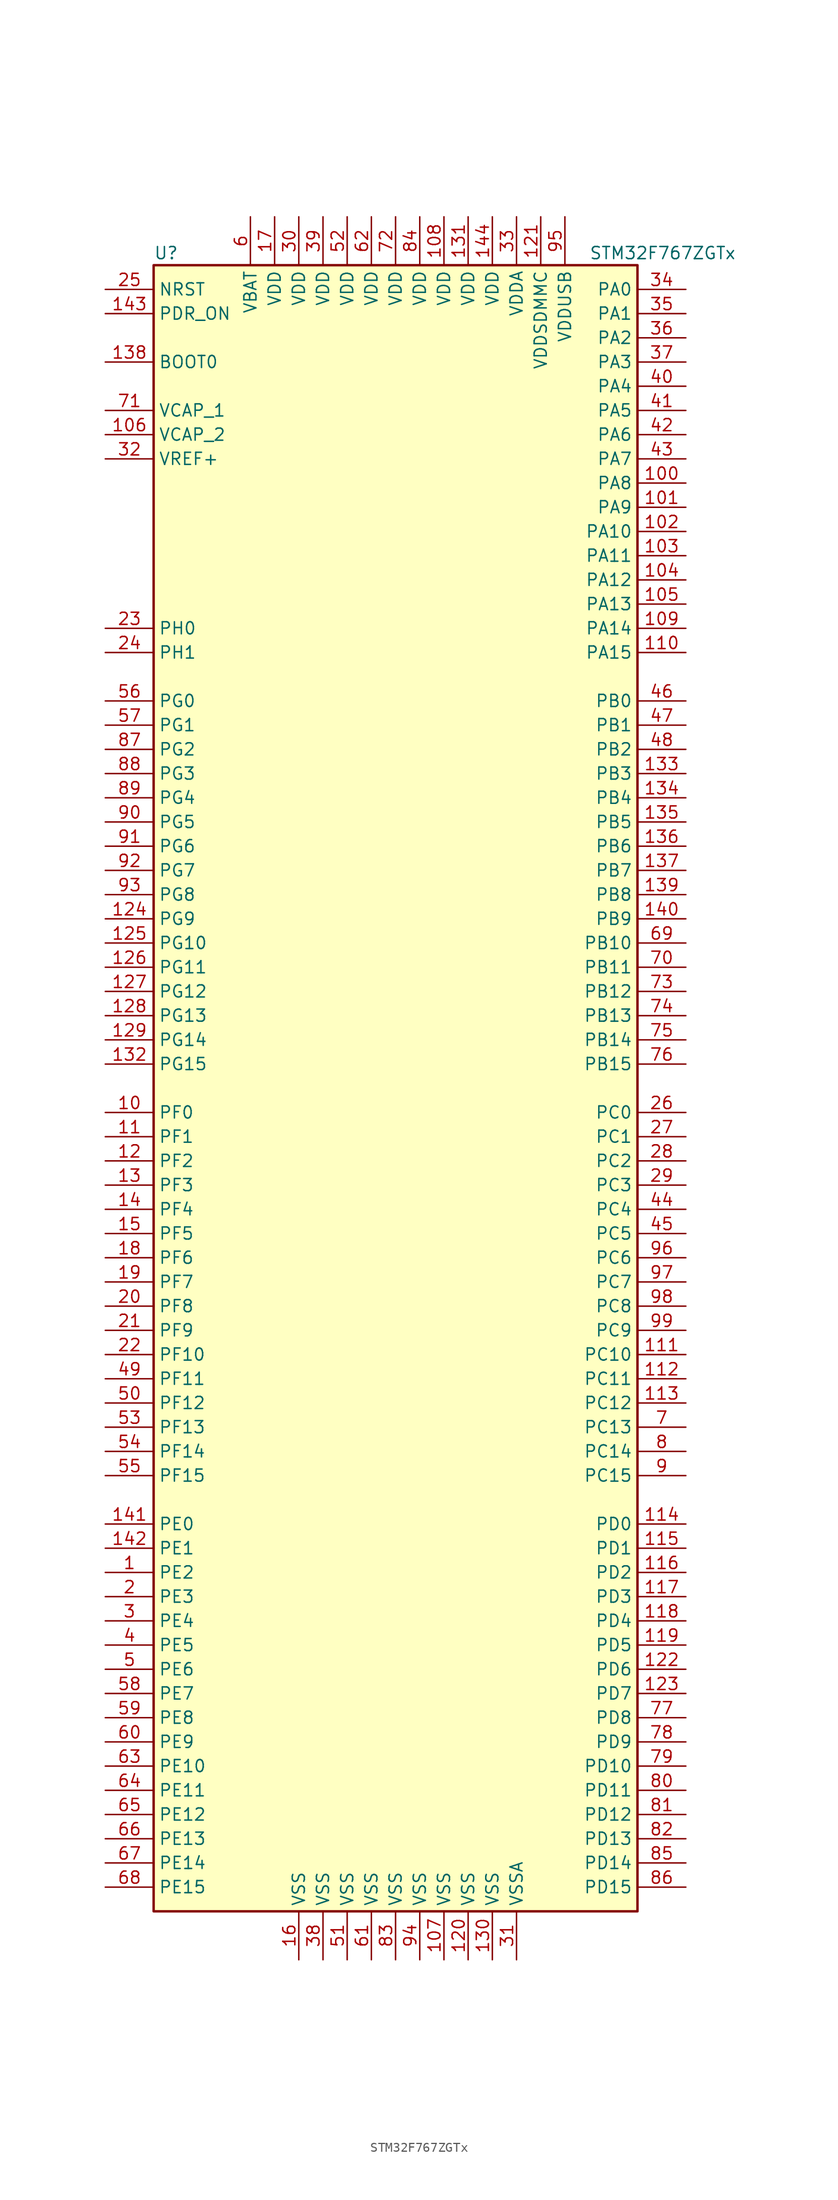
<source format=kicad_sym>
(kicad_symbol_lib
  (version 20201005)
  (generator kicad_symbol_editor)
  (symbol "STM32F767ZGTx"
    (property "Reference" "U"
      (at -25.4 87.63 0)
      (effects (font (size 1.27 1.27)) (justify left)))
    (property "Value" "STM32F767ZGTx"
      (at 20.32 87.63 0)
      (effects (font (size 1.27 1.27)) (justify left)))
    (symbol "STM32F767ZGTx_0_1"
      (rectangle (start -25.4 -86.36) (end 25.4 86.36) (stroke (width 0.254)) (fill (type background))))
    (symbol "STM32F767ZGTx_1_1"
      (pin bidirectional line (at -30.48 -50.8 0) (length 5.08) (name "PE2" (effects (font (size 1.27 1.27)))) (number "1" (effects (font (size 1.27 1.27)))))
      (pin bidirectional line (at -30.48 -2.54 0) (length 5.08) (name "PF0" (effects (font (size 1.27 1.27)))) (number "10" (effects (font (size 1.27 1.27)))))
      (pin bidirectional line (at 30.48 63.5 180) (length 5.08) (name "PA8" (effects (font (size 1.27 1.27)))) (number "100" (effects (font (size 1.27 1.27)))))
      (pin bidirectional line (at 30.48 60.96 180) (length 5.08) (name "PA9" (effects (font (size 1.27 1.27)))) (number "101" (effects (font (size 1.27 1.27)))))
      (pin bidirectional line (at 30.48 58.42 180) (length 5.08) (name "PA10" (effects (font (size 1.27 1.27)))) (number "102" (effects (font (size 1.27 1.27)))))
      (pin bidirectional line (at 30.48 55.88 180) (length 5.08) (name "PA11" (effects (font (size 1.27 1.27)))) (number "103" (effects (font (size 1.27 1.27)))))
      (pin bidirectional line (at 30.48 53.34 180) (length 5.08) (name "PA12" (effects (font (size 1.27 1.27)))) (number "104" (effects (font (size 1.27 1.27)))))
      (pin bidirectional line (at 30.48 50.8 180) (length 5.08) (name "PA13" (effects (font (size 1.27 1.27)))) (number "105" (effects (font (size 1.27 1.27)))))
      (pin power_in line (at -30.48 68.58 0) (length 5.08) (name "VCAP_2" (effects (font (size 1.27 1.27)))) (number "106" (effects (font (size 1.27 1.27)))))
      (pin power_in line (at 5.08 -91.44 90) (length 5.08) (name "VSS" (effects (font (size 1.27 1.27)))) (number "107" (effects (font (size 1.27 1.27)))))
      (pin power_in line (at 5.08 91.44 270) (length 5.08) (name "VDD" (effects (font (size 1.27 1.27)))) (number "108" (effects (font (size 1.27 1.27)))))
      (pin bidirectional line (at 30.48 48.26 180) (length 5.08) (name "PA14" (effects (font (size 1.27 1.27)))) (number "109" (effects (font (size 1.27 1.27)))))
      (pin bidirectional line (at -30.48 -5.08 0) (length 5.08) (name "PF1" (effects (font (size 1.27 1.27)))) (number "11" (effects (font (size 1.27 1.27)))))
      (pin bidirectional line (at 30.48 45.72 180) (length 5.08) (name "PA15" (effects (font (size 1.27 1.27)))) (number "110" (effects (font (size 1.27 1.27)))))
      (pin bidirectional line (at 30.48 -27.94 180) (length 5.08) (name "PC10" (effects (font (size 1.27 1.27)))) (number "111" (effects (font (size 1.27 1.27)))))
      (pin bidirectional line (at 30.48 -30.48 180) (length 5.08) (name "PC11" (effects (font (size 1.27 1.27)))) (number "112" (effects (font (size 1.27 1.27)))))
      (pin bidirectional line (at 30.48 -33.02 180) (length 5.08) (name "PC12" (effects (font (size 1.27 1.27)))) (number "113" (effects (font (size 1.27 1.27)))))
      (pin bidirectional line (at 30.48 -45.72 180) (length 5.08) (name "PD0" (effects (font (size 1.27 1.27)))) (number "114" (effects (font (size 1.27 1.27)))))
      (pin bidirectional line (at 30.48 -48.26 180) (length 5.08) (name "PD1" (effects (font (size 1.27 1.27)))) (number "115" (effects (font (size 1.27 1.27)))))
      (pin bidirectional line (at 30.48 -50.8 180) (length 5.08) (name "PD2" (effects (font (size 1.27 1.27)))) (number "116" (effects (font (size 1.27 1.27)))))
      (pin bidirectional line (at 30.48 -53.34 180) (length 5.08) (name "PD3" (effects (font (size 1.27 1.27)))) (number "117" (effects (font (size 1.27 1.27)))))
      (pin bidirectional line (at 30.48 -55.88 180) (length 5.08) (name "PD4" (effects (font (size 1.27 1.27)))) (number "118" (effects (font (size 1.27 1.27)))))
      (pin bidirectional line (at 30.48 -58.42 180) (length 5.08) (name "PD5" (effects (font (size 1.27 1.27)))) (number "119" (effects (font (size 1.27 1.27)))))
      (pin bidirectional line (at -30.48 -7.62 0) (length 5.08) (name "PF2" (effects (font (size 1.27 1.27)))) (number "12" (effects (font (size 1.27 1.27)))))
      (pin power_in line (at 7.62 -91.44 90) (length 5.08) (name "VSS" (effects (font (size 1.27 1.27)))) (number "120" (effects (font (size 1.27 1.27)))))
      (pin power_in line (at 15.24 91.44 270) (length 5.08) (name "VDDSDMMC" (effects (font (size 1.27 1.27)))) (number "121" (effects (font (size 1.27 1.27)))))
      (pin bidirectional line (at 30.48 -60.96 180) (length 5.08) (name "PD6" (effects (font (size 1.27 1.27)))) (number "122" (effects (font (size 1.27 1.27)))))
      (pin bidirectional line (at 30.48 -63.5 180) (length 5.08) (name "PD7" (effects (font (size 1.27 1.27)))) (number "123" (effects (font (size 1.27 1.27)))))
      (pin bidirectional line (at -30.48 17.78 0) (length 5.08) (name "PG9" (effects (font (size 1.27 1.27)))) (number "124" (effects (font (size 1.27 1.27)))))
      (pin bidirectional line (at -30.48 15.24 0) (length 5.08) (name "PG10" (effects (font (size 1.27 1.27)))) (number "125" (effects (font (size 1.27 1.27)))))
      (pin bidirectional line (at -30.48 12.7 0) (length 5.08) (name "PG11" (effects (font (size 1.27 1.27)))) (number "126" (effects (font (size 1.27 1.27)))))
      (pin bidirectional line (at -30.48 10.16 0) (length 5.08) (name "PG12" (effects (font (size 1.27 1.27)))) (number "127" (effects (font (size 1.27 1.27)))))
      (pin bidirectional line (at -30.48 7.62 0) (length 5.08) (name "PG13" (effects (font (size 1.27 1.27)))) (number "128" (effects (font (size 1.27 1.27)))))
      (pin bidirectional line (at -30.48 5.08 0) (length 5.08) (name "PG14" (effects (font (size 1.27 1.27)))) (number "129" (effects (font (size 1.27 1.27)))))
      (pin bidirectional line (at -30.48 -10.16 0) (length 5.08) (name "PF3" (effects (font (size 1.27 1.27)))) (number "13" (effects (font (size 1.27 1.27)))))
      (pin power_in line (at 10.16 -91.44 90) (length 5.08) (name "VSS" (effects (font (size 1.27 1.27)))) (number "130" (effects (font (size 1.27 1.27)))))
      (pin power_in line (at 7.62 91.44 270) (length 5.08) (name "VDD" (effects (font (size 1.27 1.27)))) (number "131" (effects (font (size 1.27 1.27)))))
      (pin bidirectional line (at -30.48 2.54 0) (length 5.08) (name "PG15" (effects (font (size 1.27 1.27)))) (number "132" (effects (font (size 1.27 1.27)))))
      (pin bidirectional line (at 30.48 33.02 180) (length 5.08) (name "PB3" (effects (font (size 1.27 1.27)))) (number "133" (effects (font (size 1.27 1.27)))))
      (pin bidirectional line (at 30.48 30.48 180) (length 5.08) (name "PB4" (effects (font (size 1.27 1.27)))) (number "134" (effects (font (size 1.27 1.27)))))
      (pin bidirectional line (at 30.48 27.94 180) (length 5.08) (name "PB5" (effects (font (size 1.27 1.27)))) (number "135" (effects (font (size 1.27 1.27)))))
      (pin bidirectional line (at 30.48 25.4 180) (length 5.08) (name "PB6" (effects (font (size 1.27 1.27)))) (number "136" (effects (font (size 1.27 1.27)))))
      (pin bidirectional line (at 30.48 22.86 180) (length 5.08) (name "PB7" (effects (font (size 1.27 1.27)))) (number "137" (effects (font (size 1.27 1.27)))))
      (pin input line (at -30.48 76.2 0) (length 5.08) (name "BOOT0" (effects (font (size 1.27 1.27)))) (number "138" (effects (font (size 1.27 1.27)))))
      (pin bidirectional line (at 30.48 20.32 180) (length 5.08) (name "PB8" (effects (font (size 1.27 1.27)))) (number "139" (effects (font (size 1.27 1.27)))))
      (pin bidirectional line (at -30.48 -12.7 0) (length 5.08) (name "PF4" (effects (font (size 1.27 1.27)))) (number "14" (effects (font (size 1.27 1.27)))))
      (pin bidirectional line (at 30.48 17.78 180) (length 5.08) (name "PB9" (effects (font (size 1.27 1.27)))) (number "140" (effects (font (size 1.27 1.27)))))
      (pin bidirectional line (at -30.48 -45.72 0) (length 5.08) (name "PE0" (effects (font (size 1.27 1.27)))) (number "141" (effects (font (size 1.27 1.27)))))
      (pin bidirectional line (at -30.48 -48.26 0) (length 5.08) (name "PE1" (effects (font (size 1.27 1.27)))) (number "142" (effects (font (size 1.27 1.27)))))
      (pin input line (at -30.48 81.28 0) (length 5.08) (name "PDR_ON" (effects (font (size 1.27 1.27)))) (number "143" (effects (font (size 1.27 1.27)))))
      (pin power_in line (at 10.16 91.44 270) (length 5.08) (name "VDD" (effects (font (size 1.27 1.27)))) (number "144" (effects (font (size 1.27 1.27)))))
      (pin bidirectional line (at -30.48 -15.24 0) (length 5.08) (name "PF5" (effects (font (size 1.27 1.27)))) (number "15" (effects (font (size 1.27 1.27)))))
      (pin power_in line (at -10.16 -91.44 90) (length 5.08) (name "VSS" (effects (font (size 1.27 1.27)))) (number "16" (effects (font (size 1.27 1.27)))))
      (pin power_in line (at -12.7 91.44 270) (length 5.08) (name "VDD" (effects (font (size 1.27 1.27)))) (number "17" (effects (font (size 1.27 1.27)))))
      (pin bidirectional line (at -30.48 -17.78 0) (length 5.08) (name "PF6" (effects (font (size 1.27 1.27)))) (number "18" (effects (font (size 1.27 1.27)))))
      (pin bidirectional line (at -30.48 -20.32 0) (length 5.08) (name "PF7" (effects (font (size 1.27 1.27)))) (number "19" (effects (font (size 1.27 1.27)))))
      (pin bidirectional line (at -30.48 -53.34 0) (length 5.08) (name "PE3" (effects (font (size 1.27 1.27)))) (number "2" (effects (font (size 1.27 1.27)))))
      (pin bidirectional line (at -30.48 -22.86 0) (length 5.08) (name "PF8" (effects (font (size 1.27 1.27)))) (number "20" (effects (font (size 1.27 1.27)))))
      (pin bidirectional line (at -30.48 -25.4 0) (length 5.08) (name "PF9" (effects (font (size 1.27 1.27)))) (number "21" (effects (font (size 1.27 1.27)))))
      (pin bidirectional line (at -30.48 -27.94 0) (length 5.08) (name "PF10" (effects (font (size 1.27 1.27)))) (number "22" (effects (font (size 1.27 1.27)))))
      (pin input line (at -30.48 48.26 0) (length 5.08) (name "PH0" (effects (font (size 1.27 1.27)))) (number "23" (effects (font (size 1.27 1.27)))))
      (pin input line (at -30.48 45.72 0) (length 5.08) (name "PH1" (effects (font (size 1.27 1.27)))) (number "24" (effects (font (size 1.27 1.27)))))
      (pin input line (at -30.48 83.82 0) (length 5.08) (name "NRST" (effects (font (size 1.27 1.27)))) (number "25" (effects (font (size 1.27 1.27)))))
      (pin bidirectional line (at 30.48 -2.54 180) (length 5.08) (name "PC0" (effects (font (size 1.27 1.27)))) (number "26" (effects (font (size 1.27 1.27)))))
      (pin bidirectional line (at 30.48 -5.08 180) (length 5.08) (name "PC1" (effects (font (size 1.27 1.27)))) (number "27" (effects (font (size 1.27 1.27)))))
      (pin bidirectional line (at 30.48 -7.62 180) (length 5.08) (name "PC2" (effects (font (size 1.27 1.27)))) (number "28" (effects (font (size 1.27 1.27)))))
      (pin bidirectional line (at 30.48 -10.16 180) (length 5.08) (name "PC3" (effects (font (size 1.27 1.27)))) (number "29" (effects (font (size 1.27 1.27)))))
      (pin bidirectional line (at -30.48 -55.88 0) (length 5.08) (name "PE4" (effects (font (size 1.27 1.27)))) (number "3" (effects (font (size 1.27 1.27)))))
      (pin power_in line (at -10.16 91.44 270) (length 5.08) (name "VDD" (effects (font (size 1.27 1.27)))) (number "30" (effects (font (size 1.27 1.27)))))
      (pin power_in line (at 12.7 -91.44 90) (length 5.08) (name "VSSA" (effects (font (size 1.27 1.27)))) (number "31" (effects (font (size 1.27 1.27)))))
      (pin power_in line (at -30.48 66.04 0) (length 5.08) (name "VREF+" (effects (font (size 1.27 1.27)))) (number "32" (effects (font (size 1.27 1.27)))))
      (pin power_in line (at 12.7 91.44 270) (length 5.08) (name "VDDA" (effects (font (size 1.27 1.27)))) (number "33" (effects (font (size 1.27 1.27)))))
      (pin bidirectional line (at 30.48 83.82 180) (length 5.08) (name "PA0" (effects (font (size 1.27 1.27)))) (number "34" (effects (font (size 1.27 1.27)))))
      (pin bidirectional line (at 30.48 81.28 180) (length 5.08) (name "PA1" (effects (font (size 1.27 1.27)))) (number "35" (effects (font (size 1.27 1.27)))))
      (pin bidirectional line (at 30.48 78.74 180) (length 5.08) (name "PA2" (effects (font (size 1.27 1.27)))) (number "36" (effects (font (size 1.27 1.27)))))
      (pin bidirectional line (at 30.48 76.2 180) (length 5.08) (name "PA3" (effects (font (size 1.27 1.27)))) (number "37" (effects (font (size 1.27 1.27)))))
      (pin power_in line (at -7.62 -91.44 90) (length 5.08) (name "VSS" (effects (font (size 1.27 1.27)))) (number "38" (effects (font (size 1.27 1.27)))))
      (pin power_in line (at -7.62 91.44 270) (length 5.08) (name "VDD" (effects (font (size 1.27 1.27)))) (number "39" (effects (font (size 1.27 1.27)))))
      (pin bidirectional line (at -30.48 -58.42 0) (length 5.08) (name "PE5" (effects (font (size 1.27 1.27)))) (number "4" (effects (font (size 1.27 1.27)))))
      (pin bidirectional line (at 30.48 73.66 180) (length 5.08) (name "PA4" (effects (font (size 1.27 1.27)))) (number "40" (effects (font (size 1.27 1.27)))))
      (pin bidirectional line (at 30.48 71.12 180) (length 5.08) (name "PA5" (effects (font (size 1.27 1.27)))) (number "41" (effects (font (size 1.27 1.27)))))
      (pin bidirectional line (at 30.48 68.58 180) (length 5.08) (name "PA6" (effects (font (size 1.27 1.27)))) (number "42" (effects (font (size 1.27 1.27)))))
      (pin bidirectional line (at 30.48 66.04 180) (length 5.08) (name "PA7" (effects (font (size 1.27 1.27)))) (number "43" (effects (font (size 1.27 1.27)))))
      (pin bidirectional line (at 30.48 -12.7 180) (length 5.08) (name "PC4" (effects (font (size 1.27 1.27)))) (number "44" (effects (font (size 1.27 1.27)))))
      (pin bidirectional line (at 30.48 -15.24 180) (length 5.08) (name "PC5" (effects (font (size 1.27 1.27)))) (number "45" (effects (font (size 1.27 1.27)))))
      (pin bidirectional line (at 30.48 40.64 180) (length 5.08) (name "PB0" (effects (font (size 1.27 1.27)))) (number "46" (effects (font (size 1.27 1.27)))))
      (pin bidirectional line (at 30.48 38.1 180) (length 5.08) (name "PB1" (effects (font (size 1.27 1.27)))) (number "47" (effects (font (size 1.27 1.27)))))
      (pin bidirectional line (at 30.48 35.56 180) (length 5.08) (name "PB2" (effects (font (size 1.27 1.27)))) (number "48" (effects (font (size 1.27 1.27)))))
      (pin bidirectional line (at -30.48 -30.48 0) (length 5.08) (name "PF11" (effects (font (size 1.27 1.27)))) (number "49" (effects (font (size 1.27 1.27)))))
      (pin bidirectional line (at -30.48 -60.96 0) (length 5.08) (name "PE6" (effects (font (size 1.27 1.27)))) (number "5" (effects (font (size 1.27 1.27)))))
      (pin bidirectional line (at -30.48 -33.02 0) (length 5.08) (name "PF12" (effects (font (size 1.27 1.27)))) (number "50" (effects (font (size 1.27 1.27)))))
      (pin power_in line (at -5.08 -91.44 90) (length 5.08) (name "VSS" (effects (font (size 1.27 1.27)))) (number "51" (effects (font (size 1.27 1.27)))))
      (pin power_in line (at -5.08 91.44 270) (length 5.08) (name "VDD" (effects (font (size 1.27 1.27)))) (number "52" (effects (font (size 1.27 1.27)))))
      (pin bidirectional line (at -30.48 -35.56 0) (length 5.08) (name "PF13" (effects (font (size 1.27 1.27)))) (number "53" (effects (font (size 1.27 1.27)))))
      (pin bidirectional line (at -30.48 -38.1 0) (length 5.08) (name "PF14" (effects (font (size 1.27 1.27)))) (number "54" (effects (font (size 1.27 1.27)))))
      (pin bidirectional line (at -30.48 -40.64 0) (length 5.08) (name "PF15" (effects (font (size 1.27 1.27)))) (number "55" (effects (font (size 1.27 1.27)))))
      (pin bidirectional line (at -30.48 40.64 0) (length 5.08) (name "PG0" (effects (font (size 1.27 1.27)))) (number "56" (effects (font (size 1.27 1.27)))))
      (pin bidirectional line (at -30.48 38.1 0) (length 5.08) (name "PG1" (effects (font (size 1.27 1.27)))) (number "57" (effects (font (size 1.27 1.27)))))
      (pin bidirectional line (at -30.48 -63.5 0) (length 5.08) (name "PE7" (effects (font (size 1.27 1.27)))) (number "58" (effects (font (size 1.27 1.27)))))
      (pin bidirectional line (at -30.48 -66.04 0) (length 5.08) (name "PE8" (effects (font (size 1.27 1.27)))) (number "59" (effects (font (size 1.27 1.27)))))
      (pin power_in line (at -15.24 91.44 270) (length 5.08) (name "VBAT" (effects (font (size 1.27 1.27)))) (number "6" (effects (font (size 1.27 1.27)))))
      (pin bidirectional line (at -30.48 -68.58 0) (length 5.08) (name "PE9" (effects (font (size 1.27 1.27)))) (number "60" (effects (font (size 1.27 1.27)))))
      (pin power_in line (at -2.54 -91.44 90) (length 5.08) (name "VSS" (effects (font (size 1.27 1.27)))) (number "61" (effects (font (size 1.27 1.27)))))
      (pin power_in line (at -2.54 91.44 270) (length 5.08) (name "VDD" (effects (font (size 1.27 1.27)))) (number "62" (effects (font (size 1.27 1.27)))))
      (pin bidirectional line (at -30.48 -71.12 0) (length 5.08) (name "PE10" (effects (font (size 1.27 1.27)))) (number "63" (effects (font (size 1.27 1.27)))))
      (pin bidirectional line (at -30.48 -73.66 0) (length 5.08) (name "PE11" (effects (font (size 1.27 1.27)))) (number "64" (effects (font (size 1.27 1.27)))))
      (pin bidirectional line (at -30.48 -76.2 0) (length 5.08) (name "PE12" (effects (font (size 1.27 1.27)))) (number "65" (effects (font (size 1.27 1.27)))))
      (pin bidirectional line (at -30.48 -78.74 0) (length 5.08) (name "PE13" (effects (font (size 1.27 1.27)))) (number "66" (effects (font (size 1.27 1.27)))))
      (pin bidirectional line (at -30.48 -81.28 0) (length 5.08) (name "PE14" (effects (font (size 1.27 1.27)))) (number "67" (effects (font (size 1.27 1.27)))))
      (pin bidirectional line (at -30.48 -83.82 0) (length 5.08) (name "PE15" (effects (font (size 1.27 1.27)))) (number "68" (effects (font (size 1.27 1.27)))))
      (pin bidirectional line (at 30.48 15.24 180) (length 5.08) (name "PB10" (effects (font (size 1.27 1.27)))) (number "69" (effects (font (size 1.27 1.27)))))
      (pin bidirectional line (at 30.48 -35.56 180) (length 5.08) (name "PC13" (effects (font (size 1.27 1.27)))) (number "7" (effects (font (size 1.27 1.27)))))
      (pin bidirectional line (at 30.48 12.7 180) (length 5.08) (name "PB11" (effects (font (size 1.27 1.27)))) (number "70" (effects (font (size 1.27 1.27)))))
      (pin power_in line (at -30.48 71.12 0) (length 5.08) (name "VCAP_1" (effects (font (size 1.27 1.27)))) (number "71" (effects (font (size 1.27 1.27)))))
      (pin power_in line (at 0 91.44 270) (length 5.08) (name "VDD" (effects (font (size 1.27 1.27)))) (number "72" (effects (font (size 1.27 1.27)))))
      (pin bidirectional line (at 30.48 10.16 180) (length 5.08) (name "PB12" (effects (font (size 1.27 1.27)))) (number "73" (effects (font (size 1.27 1.27)))))
      (pin bidirectional line (at 30.48 7.62 180) (length 5.08) (name "PB13" (effects (font (size 1.27 1.27)))) (number "74" (effects (font (size 1.27 1.27)))))
      (pin bidirectional line (at 30.48 5.08 180) (length 5.08) (name "PB14" (effects (font (size 1.27 1.27)))) (number "75" (effects (font (size 1.27 1.27)))))
      (pin bidirectional line (at 30.48 2.54 180) (length 5.08) (name "PB15" (effects (font (size 1.27 1.27)))) (number "76" (effects (font (size 1.27 1.27)))))
      (pin bidirectional line (at 30.48 -66.04 180) (length 5.08) (name "PD8" (effects (font (size 1.27 1.27)))) (number "77" (effects (font (size 1.27 1.27)))))
      (pin bidirectional line (at 30.48 -68.58 180) (length 5.08) (name "PD9" (effects (font (size 1.27 1.27)))) (number "78" (effects (font (size 1.27 1.27)))))
      (pin bidirectional line (at 30.48 -71.12 180) (length 5.08) (name "PD10" (effects (font (size 1.27 1.27)))) (number "79" (effects (font (size 1.27 1.27)))))
      (pin bidirectional line (at 30.48 -38.1 180) (length 5.08) (name "PC14" (effects (font (size 1.27 1.27)))) (number "8" (effects (font (size 1.27 1.27)))))
      (pin bidirectional line (at 30.48 -73.66 180) (length 5.08) (name "PD11" (effects (font (size 1.27 1.27)))) (number "80" (effects (font (size 1.27 1.27)))))
      (pin bidirectional line (at 30.48 -76.2 180) (length 5.08) (name "PD12" (effects (font (size 1.27 1.27)))) (number "81" (effects (font (size 1.27 1.27)))))
      (pin bidirectional line (at 30.48 -78.74 180) (length 5.08) (name "PD13" (effects (font (size 1.27 1.27)))) (number "82" (effects (font (size 1.27 1.27)))))
      (pin power_in line (at 0 -91.44 90) (length 5.08) (name "VSS" (effects (font (size 1.27 1.27)))) (number "83" (effects (font (size 1.27 1.27)))))
      (pin power_in line (at 2.54 91.44 270) (length 5.08) (name "VDD" (effects (font (size 1.27 1.27)))) (number "84" (effects (font (size 1.27 1.27)))))
      (pin bidirectional line (at 30.48 -81.28 180) (length 5.08) (name "PD14" (effects (font (size 1.27 1.27)))) (number "85" (effects (font (size 1.27 1.27)))))
      (pin bidirectional line (at 30.48 -83.82 180) (length 5.08) (name "PD15" (effects (font (size 1.27 1.27)))) (number "86" (effects (font (size 1.27 1.27)))))
      (pin bidirectional line (at -30.48 35.56 0) (length 5.08) (name "PG2" (effects (font (size 1.27 1.27)))) (number "87" (effects (font (size 1.27 1.27)))))
      (pin bidirectional line (at -30.48 33.02 0) (length 5.08) (name "PG3" (effects (font (size 1.27 1.27)))) (number "88" (effects (font (size 1.27 1.27)))))
      (pin bidirectional line (at -30.48 30.48 0) (length 5.08) (name "PG4" (effects (font (size 1.27 1.27)))) (number "89" (effects (font (size 1.27 1.27)))))
      (pin bidirectional line (at 30.48 -40.64 180) (length 5.08) (name "PC15" (effects (font (size 1.27 1.27)))) (number "9" (effects (font (size 1.27 1.27)))))
      (pin bidirectional line (at -30.48 27.94 0) (length 5.08) (name "PG5" (effects (font (size 1.27 1.27)))) (number "90" (effects (font (size 1.27 1.27)))))
      (pin bidirectional line (at -30.48 25.4 0) (length 5.08) (name "PG6" (effects (font (size 1.27 1.27)))) (number "91" (effects (font (size 1.27 1.27)))))
      (pin bidirectional line (at -30.48 22.86 0) (length 5.08) (name "PG7" (effects (font (size 1.27 1.27)))) (number "92" (effects (font (size 1.27 1.27)))))
      (pin bidirectional line (at -30.48 20.32 0) (length 5.08) (name "PG8" (effects (font (size 1.27 1.27)))) (number "93" (effects (font (size 1.27 1.27)))))
      (pin power_in line (at 2.54 -91.44 90) (length 5.08) (name "VSS" (effects (font (size 1.27 1.27)))) (number "94" (effects (font (size 1.27 1.27)))))
      (pin power_in line (at 17.78 91.44 270) (length 5.08) (name "VDDUSB" (effects (font (size 1.27 1.27)))) (number "95" (effects (font (size 1.27 1.27)))))
      (pin bidirectional line (at 30.48 -17.78 180) (length 5.08) (name "PC6" (effects (font (size 1.27 1.27)))) (number "96" (effects (font (size 1.27 1.27)))))
      (pin bidirectional line (at 30.48 -20.32 180) (length 5.08) (name "PC7" (effects (font (size 1.27 1.27)))) (number "97" (effects (font (size 1.27 1.27)))))
      (pin bidirectional line (at 30.48 -22.86 180) (length 5.08) (name "PC8" (effects (font (size 1.27 1.27)))) (number "98" (effects (font (size 1.27 1.27)))))
      (pin bidirectional line (at 30.48 -25.4 180) (length 5.08) (name "PC9" (effects (font (size 1.27 1.27)))) (number "99" (effects (font (size 1.27 1.27))))))))
</source>
